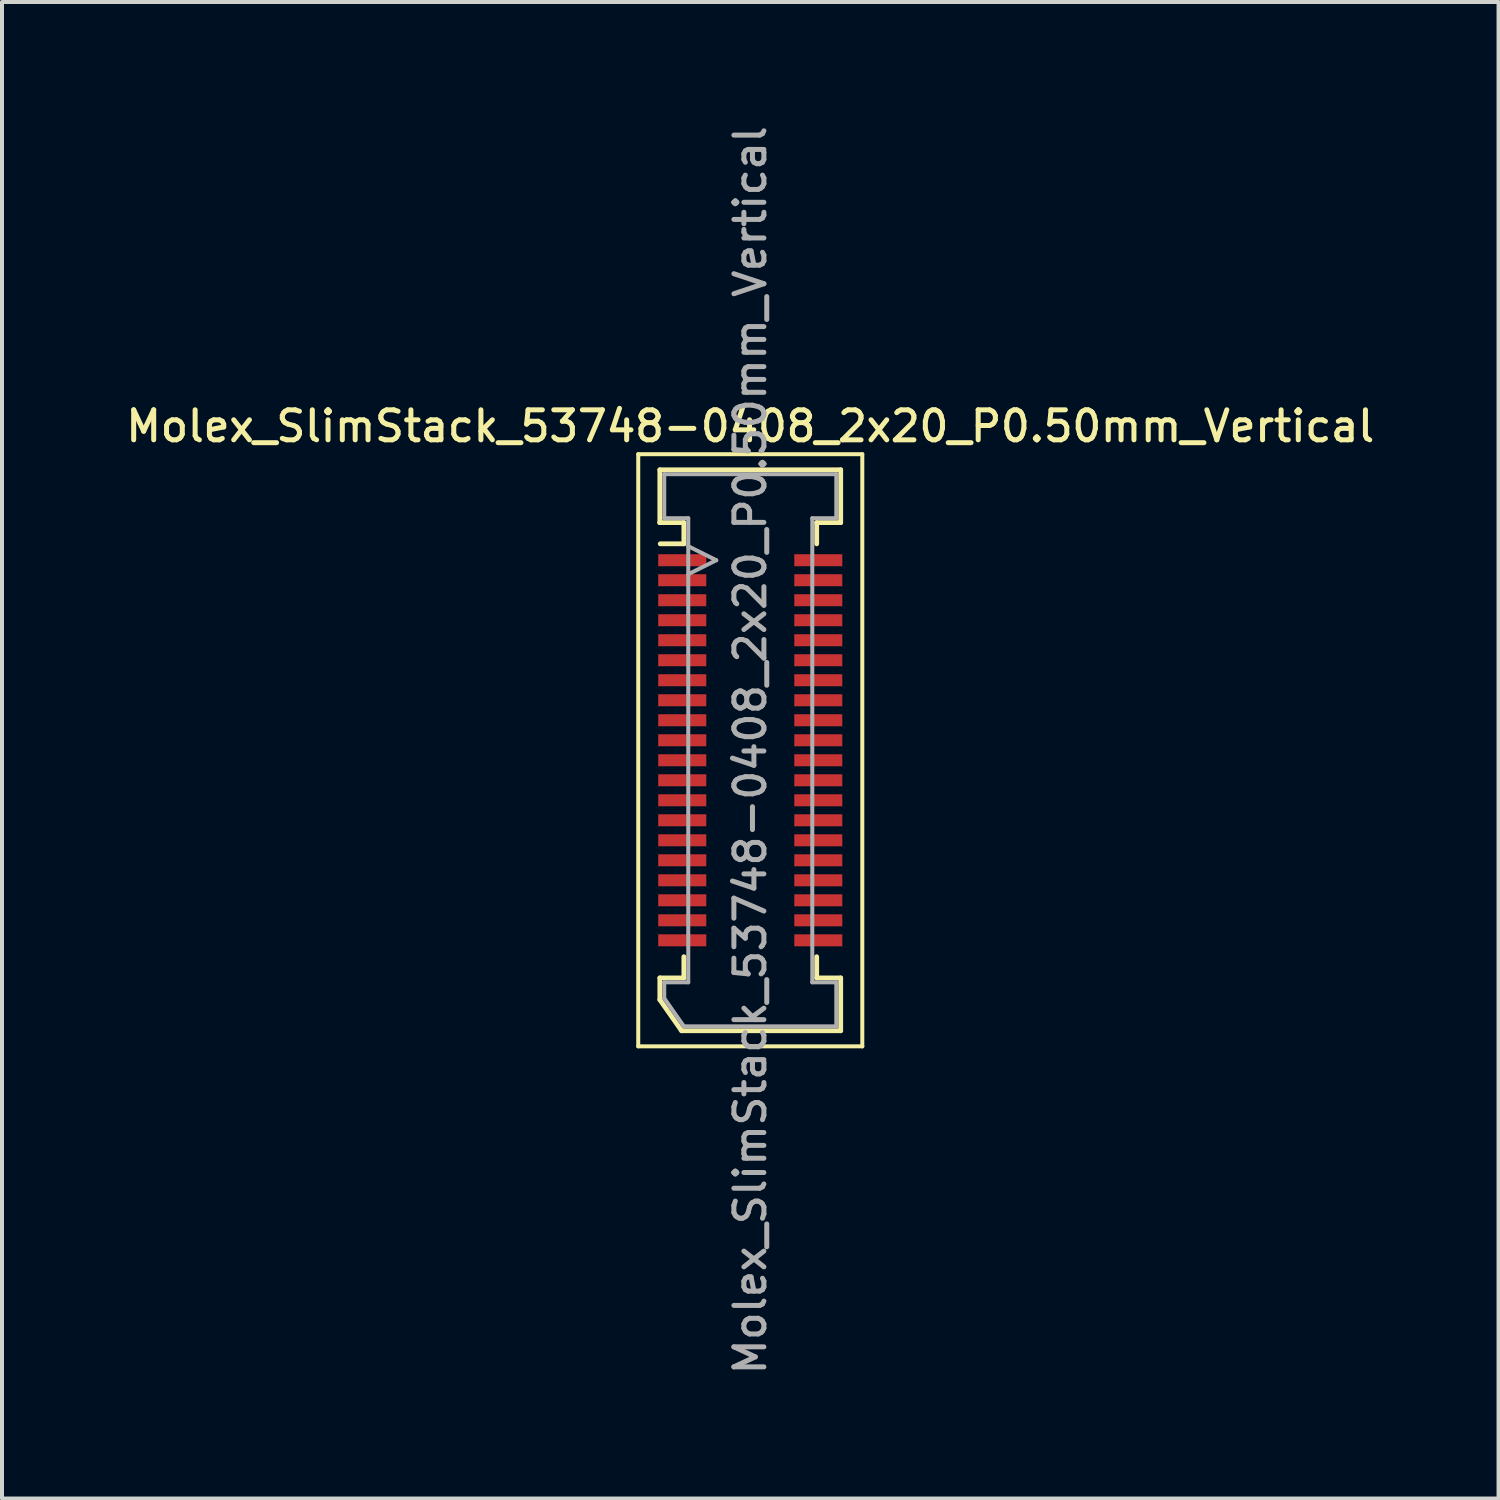
<source format=kicad_pcb>
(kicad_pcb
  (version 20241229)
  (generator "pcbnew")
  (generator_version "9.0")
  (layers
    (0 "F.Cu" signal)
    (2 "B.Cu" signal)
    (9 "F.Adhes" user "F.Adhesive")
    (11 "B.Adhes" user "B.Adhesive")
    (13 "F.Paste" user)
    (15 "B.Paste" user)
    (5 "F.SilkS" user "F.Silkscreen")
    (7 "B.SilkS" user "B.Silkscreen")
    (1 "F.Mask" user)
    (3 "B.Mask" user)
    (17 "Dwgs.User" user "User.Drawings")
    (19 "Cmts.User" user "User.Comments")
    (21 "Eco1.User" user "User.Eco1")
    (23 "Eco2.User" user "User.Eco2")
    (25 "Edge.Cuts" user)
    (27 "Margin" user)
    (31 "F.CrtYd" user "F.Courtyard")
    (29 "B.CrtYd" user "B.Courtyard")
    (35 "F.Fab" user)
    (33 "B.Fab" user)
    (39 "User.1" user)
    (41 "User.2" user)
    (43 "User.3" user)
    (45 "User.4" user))
  (footprint "Molex_SlimStack_53748-0408_2x20_P0.50mm_Vertical"
    (layer "F.Cu")
    (at 15.702 15.702)
    (property "Reference" "Molex_SlimStack_53748-0408_2x20_P0.50mm_Vertical" (at 0 -8.1 0) (layer "F.SilkS") (effects (font (size 0.75 0.75) (thickness 0.125))))
    (attr smd)
    (fp_line (start -2.8 -7.4) (end -2.8 7.4) (stroke (width 0.1) (type solid)) (layer "F.SilkS"))
    (fp_line (start -2.8 7.4) (end 2.8 7.4) (stroke (width 0.1) (type solid)) (layer "F.SilkS"))
    (fp_line (start -2.26 -7.01) (end -2.26 -5.69) (stroke (width 0.12) (type solid)) (layer "F.SilkS"))
    (fp_line (start -2.26 -5.69) (end -2.26 -5.69) (stroke (width 0.12) (type solid)) (layer "F.SilkS"))
    (fp_line (start -2.26 -5.69) (end -1.66 -5.69) (stroke (width 0.12) (type solid)) (layer "F.SilkS"))
    (fp_line (start -2.26 5.69) (end -1.66 5.69) (stroke (width 0.12) (type solid)) (layer "F.SilkS"))
    (fp_line (start -2.26 6.235) (end -2.26 5.69) (stroke (width 0.12) (type solid)) (layer "F.SilkS"))
    (fp_line (start -1.717 7.01) (end -2.26 6.235) (stroke (width 0.12) (type solid)) (layer "F.SilkS"))
    (fp_line (start -1.66 -5.69) (end -1.66 -5.16) (stroke (width 0.12) (type solid)) (layer "F.SilkS"))
    (fp_line (start -1.66 -5.16) (end -2.25 -5.16) (stroke (width 0.12) (type solid)) (layer "F.SilkS"))
    (fp_line (start -1.66 5.69) (end -1.66 5.16) (stroke (width 0.12) (type solid)) (layer "F.SilkS"))
    (fp_line (start 1.66 -5.69) (end 2.26 -5.69) (stroke (width 0.12) (type solid)) (layer "F.SilkS"))
    (fp_line (start 1.66 -5.16) (end 1.66 -5.69) (stroke (width 0.12) (type solid)) (layer "F.SilkS"))
    (fp_line (start 1.66 5.16) (end 1.66 5.69) (stroke (width 0.12) (type solid)) (layer "F.SilkS"))
    (fp_line (start 1.66 5.69) (end 2.26 5.69) (stroke (width 0.12) (type solid)) (layer "F.SilkS"))
    (fp_line (start 2.26 -7.01) (end -2.26 -7.01) (stroke (width 0.12) (type solid)) (layer "F.SilkS"))
    (fp_line (start 2.26 -5.69) (end 2.26 -7.01) (stroke (width 0.12) (type solid)) (layer "F.SilkS"))
    (fp_line (start 2.26 5.69) (end 2.26 7.01) (stroke (width 0.12) (type solid)) (layer "F.SilkS"))
    (fp_line (start 2.26 7.01) (end -1.717 7.01) (stroke (width 0.12) (type solid)) (layer "F.SilkS"))
    (fp_line (start 2.8 -7.4) (end -2.8 -7.4) (stroke (width 0.1) (type solid)) (layer "F.SilkS"))
    (fp_line (start 2.8 7.4) (end 2.8 -7.4) (stroke (width 0.1) (type solid)) (layer "F.SilkS"))
    (fp_line (start -2.15 -6.9) (end -2.15 -5.8) (stroke (width 0.1) (type solid)) (layer "F.Fab"))
    (fp_line (start -2.15 -5.8) (end -1.55 -5.8) (stroke (width 0.1) (type solid)) (layer "F.Fab"))
    (fp_line (start -2.15 5.8) (end -2.15 6.2) (stroke (width 0.1) (type solid)) (layer "F.Fab"))
    (fp_line (start -2.15 6.2) (end -1.66 6.9) (stroke (width 0.1) (type solid)) (layer "F.Fab"))
    (fp_line (start -1.66 6.9) (end 2.15 6.9) (stroke (width 0.1) (type solid)) (layer "F.Fab"))
    (fp_line (start -1.55 -5.8) (end -1.55 5.8) (stroke (width 0.1) (type solid)) (layer "F.Fab"))
    (fp_line (start -1.55 5.8) (end -2.15 5.8) (stroke (width 0.1) (type solid)) (layer "F.Fab"))
    (fp_line (start -0.85 -4.75) (end -1.55 -5.1) (stroke (width 0.1) (type solid)) (layer "F.Fab"))
    (fp_line (start -0.85 -4.75) (end -1.55 -4.4) (stroke (width 0.1) (type solid)) (layer "F.Fab"))
    (fp_line (start 1.55 -5.8) (end 2.15 -5.8) (stroke (width 0.1) (type solid)) (layer "F.Fab"))
    (fp_line (start 1.55 5.8) (end 1.55 -5.8) (stroke (width 0.1) (type solid)) (layer "F.Fab"))
    (fp_line (start 2.15 -6.9) (end -2.15 -6.9) (stroke (width 0.1) (type solid)) (layer "F.Fab"))
    (fp_line (start 2.15 -5.8) (end 2.15 -6.9) (stroke (width 0.1) (type solid)) (layer "F.Fab"))
    (fp_line (start 2.15 5.8) (end 1.55 5.8) (stroke (width 0.1) (type solid)) (layer "F.Fab"))
    (fp_line (start 2.15 6.9) (end 2.15 5.8) (stroke (width 0.1) (type solid)) (layer "F.Fab"))
    (fp_text user "${REFERENCE}" (at 0 0 90) (layer "F.Fab") (effects (font (size 0.75 0.75) (thickness 0.125))))
    (pad "1" smd rect (at -1.7 -4.75) (size 1.2 0.3) (layers "F.Cu" "F.Mask" "F.Paste"))
    (pad "2" smd rect (at 1.7 -4.75) (size 1.2 0.3) (layers "F.Cu" "F.Mask" "F.Paste"))
    (pad "3" smd rect (at -1.7 -4.25) (size 1.2 0.3) (layers "F.Cu" "F.Mask" "F.Paste"))
    (pad "4" smd rect (at 1.7 -4.25) (size 1.2 0.3) (layers "F.Cu" "F.Mask" "F.Paste"))
    (pad "5" smd rect (at -1.7 -3.75) (size 1.2 0.3) (layers "F.Cu" "F.Mask" "F.Paste"))
    (pad "6" smd rect (at 1.7 -3.75) (size 1.2 0.3) (layers "F.Cu" "F.Mask" "F.Paste"))
    (pad "7" smd rect (at -1.7 -3.25) (size 1.2 0.3) (layers "F.Cu" "F.Mask" "F.Paste"))
    (pad "8" smd rect (at 1.7 -3.25) (size 1.2 0.3) (layers "F.Cu" "F.Mask" "F.Paste"))
    (pad "9" smd rect (at -1.7 -2.75) (size 1.2 0.3) (layers "F.Cu" "F.Mask" "F.Paste"))
    (pad "10" smd rect (at 1.7 -2.75) (size 1.2 0.3) (layers "F.Cu" "F.Mask" "F.Paste"))
    (pad "11" smd rect (at -1.7 -2.25) (size 1.2 0.3) (layers "F.Cu" "F.Mask" "F.Paste"))
    (pad "12" smd rect (at 1.7 -2.25) (size 1.2 0.3) (layers "F.Cu" "F.Mask" "F.Paste"))
    (pad "13" smd rect (at -1.7 -1.75) (size 1.2 0.3) (layers "F.Cu" "F.Mask" "F.Paste"))
    (pad "14" smd rect (at 1.7 -1.75) (size 1.2 0.3) (layers "F.Cu" "F.Mask" "F.Paste"))
    (pad "15" smd rect (at -1.7 -1.25) (size 1.2 0.3) (layers "F.Cu" "F.Mask" "F.Paste"))
    (pad "16" smd rect (at 1.7 -1.25) (size 1.2 0.3) (layers "F.Cu" "F.Mask" "F.Paste"))
    (pad "17" smd rect (at -1.7 -0.75) (size 1.2 0.3) (layers "F.Cu" "F.Mask" "F.Paste"))
    (pad "18" smd rect (at 1.7 -0.75) (size 1.2 0.3) (layers "F.Cu" "F.Mask" "F.Paste"))
    (pad "19" smd rect (at -1.7 -0.25) (size 1.2 0.3) (layers "F.Cu" "F.Mask" "F.Paste"))
    (pad "20" smd rect (at 1.7 -0.25) (size 1.2 0.3) (layers "F.Cu" "F.Mask" "F.Paste"))
    (pad "21" smd rect (at -1.7 0.25) (size 1.2 0.3) (layers "F.Cu" "F.Mask" "F.Paste"))
    (pad "22" smd rect (at 1.7 0.25) (size 1.2 0.3) (layers "F.Cu" "F.Mask" "F.Paste"))
    (pad "23" smd rect (at -1.7 0.75) (size 1.2 0.3) (layers "F.Cu" "F.Mask" "F.Paste"))
    (pad "24" smd rect (at 1.7 0.75) (size 1.2 0.3) (layers "F.Cu" "F.Mask" "F.Paste"))
    (pad "25" smd rect (at -1.7 1.25) (size 1.2 0.3) (layers "F.Cu" "F.Mask" "F.Paste"))
    (pad "26" smd rect (at 1.7 1.25) (size 1.2 0.3) (layers "F.Cu" "F.Mask" "F.Paste"))
    (pad "27" smd rect (at -1.7 1.75) (size 1.2 0.3) (layers "F.Cu" "F.Mask" "F.Paste"))
    (pad "28" smd rect (at 1.7 1.75) (size 1.2 0.3) (layers "F.Cu" "F.Mask" "F.Paste"))
    (pad "29" smd rect (at -1.7 2.25) (size 1.2 0.3) (layers "F.Cu" "F.Mask" "F.Paste"))
    (pad "30" smd rect (at 1.7 2.25) (size 1.2 0.3) (layers "F.Cu" "F.Mask" "F.Paste"))
    (pad "31" smd rect (at -1.7 2.75) (size 1.2 0.3) (layers "F.Cu" "F.Mask" "F.Paste"))
    (pad "32" smd rect (at 1.7 2.75) (size 1.2 0.3) (layers "F.Cu" "F.Mask" "F.Paste"))
    (pad "33" smd rect (at -1.7 3.25) (size 1.2 0.3) (layers "F.Cu" "F.Mask" "F.Paste"))
    (pad "34" smd rect (at 1.7 3.25) (size 1.2 0.3) (layers "F.Cu" "F.Mask" "F.Paste"))
    (pad "35" smd rect (at -1.7 3.75) (size 1.2 0.3) (layers "F.Cu" "F.Mask" "F.Paste"))
    (pad "36" smd rect (at 1.7 3.75) (size 1.2 0.3) (layers "F.Cu" "F.Mask" "F.Paste"))
    (pad "37" smd rect (at -1.7 4.25) (size 1.2 0.3) (layers "F.Cu" "F.Mask" "F.Paste"))
    (pad "38" smd rect (at 1.7 4.25) (size 1.2 0.3) (layers "F.Cu" "F.Mask" "F.Paste"))
    (pad "39" smd rect (at -1.7 4.75) (size 1.2 0.3) (layers "F.Cu" "F.Mask" "F.Paste"))
    (pad "40" smd rect (at 1.7 4.75) (size 1.2 0.3) (layers "F.Cu" "F.Mask" "F.Paste")))
  (gr_rect
    (start -3 -3)
    (end 34.404 34.404)
    (stroke (width 0.1) (type default))
    (fill no)
    (layer "Edge.Cuts")))
</source>
